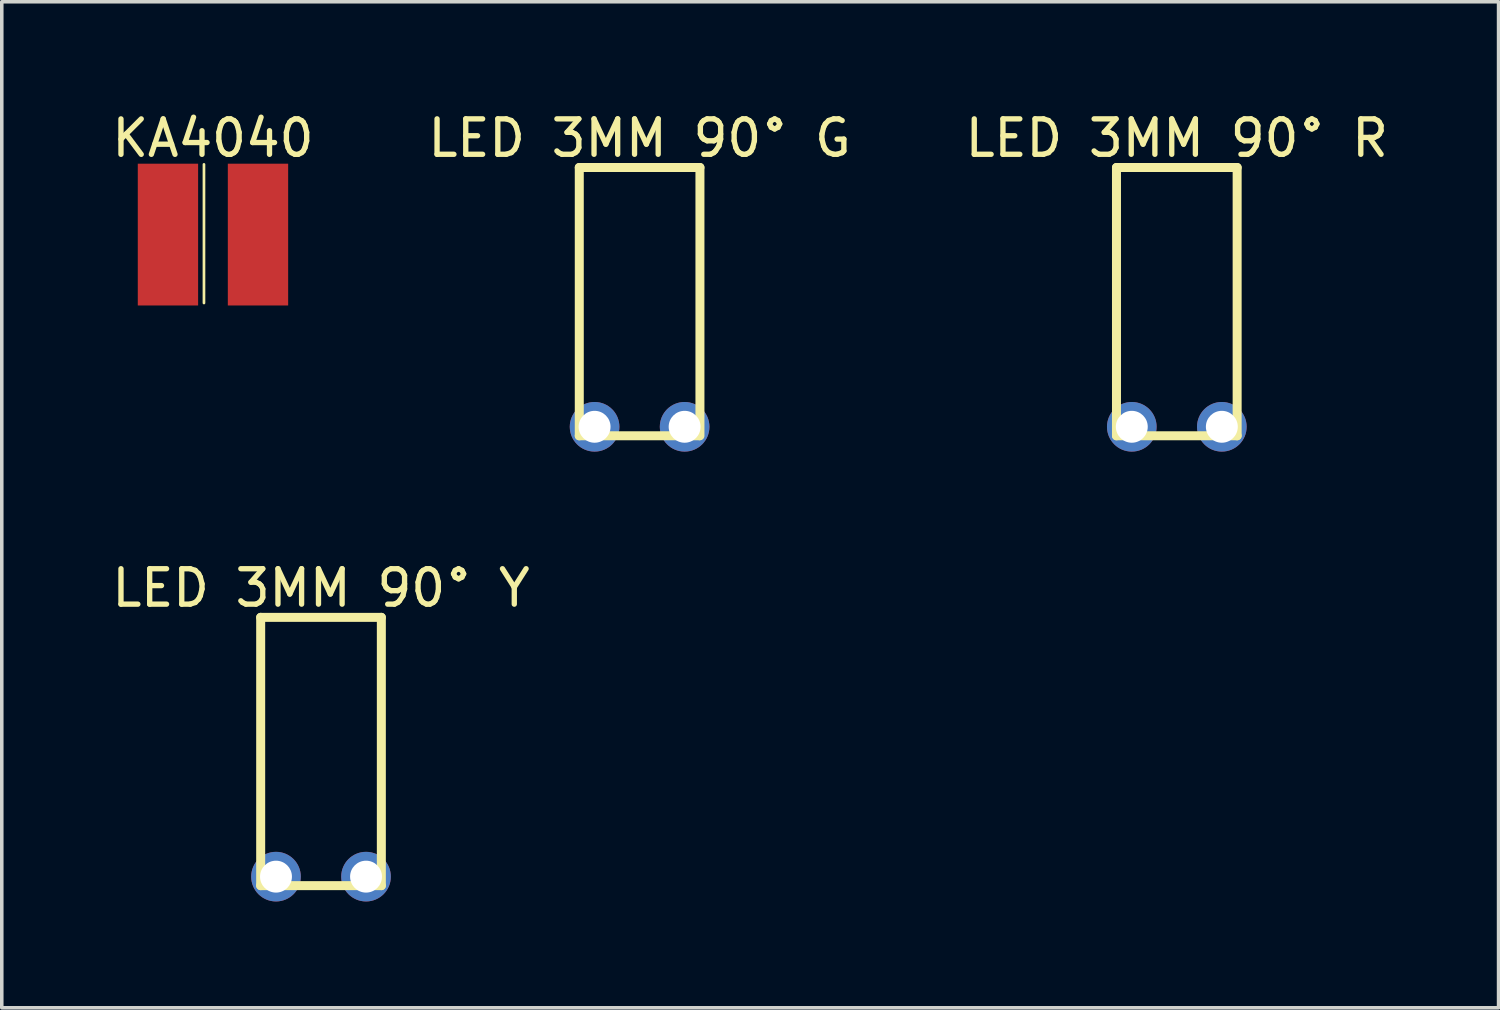
<source format=kicad_pcb>
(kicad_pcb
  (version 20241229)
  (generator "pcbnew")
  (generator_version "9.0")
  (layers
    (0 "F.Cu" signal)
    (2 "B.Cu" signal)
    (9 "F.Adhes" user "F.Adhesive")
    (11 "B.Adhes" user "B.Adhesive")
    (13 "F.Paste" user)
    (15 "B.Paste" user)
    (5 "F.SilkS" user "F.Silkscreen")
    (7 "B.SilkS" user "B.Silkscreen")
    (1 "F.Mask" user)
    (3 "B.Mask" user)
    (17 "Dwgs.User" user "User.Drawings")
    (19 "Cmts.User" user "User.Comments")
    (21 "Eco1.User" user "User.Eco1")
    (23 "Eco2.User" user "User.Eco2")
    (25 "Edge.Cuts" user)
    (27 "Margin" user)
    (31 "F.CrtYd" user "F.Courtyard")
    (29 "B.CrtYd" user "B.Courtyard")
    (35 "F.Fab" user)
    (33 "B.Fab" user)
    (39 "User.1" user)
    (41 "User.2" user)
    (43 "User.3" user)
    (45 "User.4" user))
  (footprint "KA4040"
    (layer "F.Cu")
    (at 2.958 3.568)
    (property "Reference" "KA4040" (at 0 -2.719 0) (layer "F.SilkS") (effects (font (size 1 1) (thickness 0.15))))
    (fp_line (start -0.254 1.93) (end -0.254 -1.981) (stroke (width 0.076) (type solid)) (layer "F.SilkS"))
    (pad "1" smd rect (at 1.27 0) (size 1.702 4) (layers "F.Cu" "F.Mask" "F.Paste"))
    (pad "2" smd rect (at -1.27 0) (size 1.702 4) (layers "F.Cu" "F.Mask" "F.Paste")))
  (footprint "LED 3MM 90° Y"
    (layer "F.Cu")
    (at 6.006 21.681)
    (property "Reference" "LED 3MM 90° Y" (at 0 -8.142 0) (layer "F.SilkS") (effects (font (size 1 1) (thickness 0.15))))
    (fp_line (start -1.702 -7.315) (end 1.702 -7.315) (stroke (width 0.254) (type solid)) (layer "F.SilkS"))
    (fp_line (start -1.702 0.254) (end -1.702 -7.315) (stroke (width 0.254) (type solid)) (layer "F.SilkS"))
    (fp_line (start -1.702 0.254) (end 1.702 0.254) (stroke (width 0.254) (type solid)) (layer "F.SilkS"))
    (fp_line (start 1.702 0.254) (end 1.702 -7.315) (stroke (width 0.254) (type solid)) (layer "F.SilkS"))
    (pad "A" thru_hole circle (at 1.27 0 270) (size 1.4 1.4) (drill 0.9) (layers "*.Cu" "*.Mask"))
    (pad "K" thru_hole circle (at -1.27 0 270) (size 1.4 1.4) (drill 0.9) (layers "*.Cu" "*.Mask")))
  (footprint "LED 3MM 90° R"
    (layer "F.Cu")
    (at 30.149 8.99)
    (property "Reference" "LED 3MM 90° R" (at 0 -8.142 0) (layer "F.SilkS") (effects (font (size 1 1) (thickness 0.15))))
    (fp_line (start -1.702 -7.315) (end 1.702 -7.315) (stroke (width 0.254) (type solid)) (layer "F.SilkS"))
    (fp_line (start -1.702 0.254) (end -1.702 -7.315) (stroke (width 0.254) (type solid)) (layer "F.SilkS"))
    (fp_line (start -1.702 0.254) (end 1.702 0.254) (stroke (width 0.254) (type solid)) (layer "F.SilkS"))
    (fp_line (start 1.702 0.254) (end 1.702 -7.315) (stroke (width 0.254) (type solid)) (layer "F.SilkS"))
    (pad "A" thru_hole circle (at 1.27 0 270) (size 1.4 1.4) (drill 0.9) (layers "*.Cu" "*.Mask"))
    (pad "K" thru_hole circle (at -1.27 0 270) (size 1.4 1.4) (drill 0.9) (layers "*.Cu" "*.Mask")))
  (footprint "LED 3MM 90° G"
    (layer "F.Cu")
    (at 14.994 8.99)
    (property "Reference" "LED 3MM 90° G" (at 0 -8.142 0) (layer "F.SilkS") (effects (font (size 1 1) (thickness 0.15))))
    (fp_line (start -1.702 -7.315) (end 1.702 -7.315) (stroke (width 0.254) (type solid)) (layer "F.SilkS"))
    (fp_line (start -1.702 0.254) (end -1.702 -7.315) (stroke (width 0.254) (type solid)) (layer "F.SilkS"))
    (fp_line (start -1.702 0.254) (end 1.676 0.254) (stroke (width 0.254) (type solid)) (layer "F.SilkS"))
    (fp_line (start 1.702 0.254) (end 1.702 -7.315) (stroke (width 0.254) (type solid)) (layer "F.SilkS"))
    (pad "A" thru_hole circle (at 1.27 0 270) (size 1.4 1.4) (drill 0.9) (layers "*.Cu" "*.Mask"))
    (pad "K" thru_hole circle (at -1.27 0 270) (size 1.4 1.4) (drill 0.9) (layers "*.Cu" "*.Mask")))
  (gr_rect
    (start -3 -3)
    (end 39.226 25.381)
    (stroke (width 0.1) (type default))
    (fill no)
    (layer "Edge.Cuts")))
</source>
